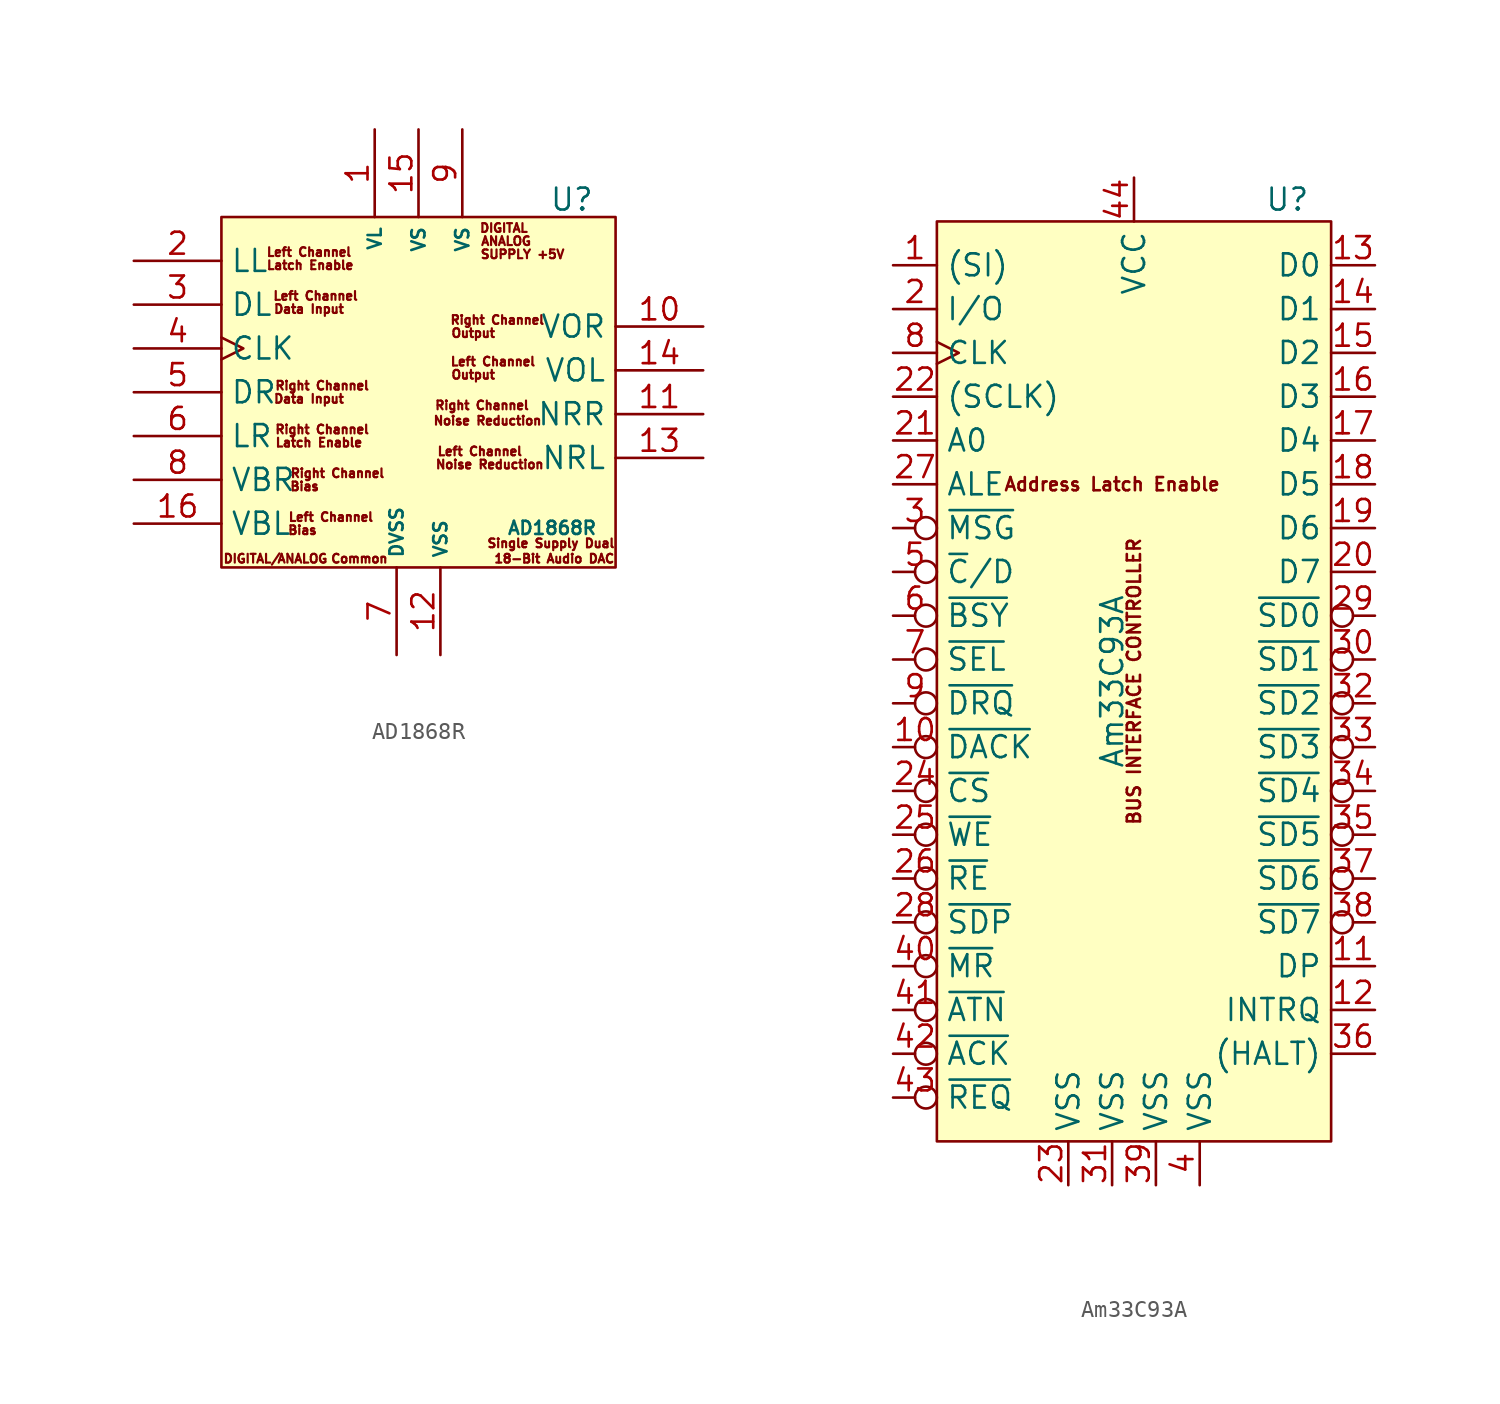
<source format=kicad_sym>
(kicad_symbol_lib
  (version 20231120)
  (generator "kicad_symbol_editor")
  (generator_version "8.0")
  (symbol "AD1868R"
    (property "Reference" "U"
      (at 8.89 11.176 0)
      (effects (font (size 1.27 1.27))))
    (property "Value" "AD1868R"
      (at 7.747 -7.874 0)
      (effects (font (size 0.762 0.762))))
    (symbol "AD1868R_0_0"
      (rectangle (start -11.43 10.16) (end 11.43 -10.16) (stroke (width 0.152) (type default)) (fill (type background)))
      (text " Latch Enable" (at -6.477 7.366 0) (effects (font (size 0.508 0.508))))
      (text " Latch Enable" (at -5.969 -2.921 0) (effects (font (size 0.508 0.508))))
      (text " Noise Reduction" (at 3.81 -1.651 0) (effects (font (size 0.508 0.508))))
      (text " Noise Reduction" (at 3.937 -4.191 0) (effects (font (size 0.508 0.508))))
      (text " SUPPLY +5V" (at 5.842 8.001 0) (effects (font (size 0.508 0.508))))
      (text "18-Bit Audio DAC" (at 7.874 -9.652 0) (effects (font (size 0.508 0.508))))
      (text "ANALOG" (at -6.731 -9.652 0) (effects (font (size 0.508 0.508))))
      (text "ANALOG" (at 5.08 8.763 0) (effects (font (size 0.508 0.508))))
      (text "Bias" (at -6.731 -8.001 0) (effects (font (size 0.508 0.508))))
      (text "Bias" (at -6.604 -5.461 0) (effects (font (size 0.508 0.508))))
      (text "Common" (at -3.429 -9.652 0) (effects (font (size 0.508 0.508))))
      (text "Data Input" (at -6.35 -0.381 0) (effects (font (size 0.508 0.508))))
      (text "Data Input" (at -6.35 4.826 0) (effects (font (size 0.508 0.508))))
      (text "DIGITAL" (at 4.953 9.525 0) (effects (font (size 0.508 0.508))))
      (text "DIGITAL/" (at -9.652 -9.652 0) (effects (font (size 0.508 0.508))))
      (text "Left Channel" (at -6.35 8.128 0) (effects (font (size 0.508 0.508))))
      (text "Left Channel" (at -5.969 5.588 0) (effects (font (size 0.508 0.508))))
      (text "Left Channel" (at -5.08 -7.239 0) (effects (font (size 0.508 0.508))))
      (text "Left Channel" (at 3.556 -3.429 0) (effects (font (size 0.508 0.508))))
      (text "Left Channel" (at 4.318 1.778 0) (effects (font (size 0.508 0.508))))
      (text "Output" (at 3.175 1.016 0) (effects (font (size 0.508 0.508))))
      (text "Output" (at 3.175 3.429 0) (effects (font (size 0.508 0.508))))
      (text "Right Channel" (at -5.588 -2.159 0) (effects (font (size 0.508 0.508))))
      (text "Right Channel" (at -5.588 0.381 0) (effects (font (size 0.508 0.508))))
      (text "Right Channel" (at -4.699 -4.699 0) (effects (font (size 0.508 0.508))))
      (text "Right Channel" (at 3.683 -0.762 0) (effects (font (size 0.508 0.508))))
      (text "Right Channel" (at 4.572 4.191 0) (effects (font (size 0.508 0.508))))
      (text "Single Supply Dual " (at 7.874 -8.763 0) (effects (font (size 0.508 0.508)))))
    (symbol "AD1868R_1_1"
      (pin power_in line (at -2.54 15.24 270) (length 5.08) (name "VL" (effects (font (size 0.762 0.762)))) (number "1" (effects (font (size 1.27 1.27)))))
      (pin output line (at 16.51 3.81 180) (length 5.08) (name "VOR" (effects (font (size 1.27 1.27)))) (number "10" (effects (font (size 1.27 1.27)))))
      (pin passive line (at 16.51 -1.27 180) (length 5.08) (name "NRR" (effects (font (size 1.27 1.27)))) (number "11" (effects (font (size 1.27 1.27)))))
      (pin power_in line (at 1.27 -15.24 90) (length 5.08) (name "VSS" (effects (font (size 0.762 0.762)))) (number "12" (effects (font (size 1.27 1.27)))))
      (pin passive line (at 16.51 -3.81 180) (length 5.08) (name "NRL" (effects (font (size 1.27 1.27)))) (number "13" (effects (font (size 1.27 1.27)))))
      (pin output line (at 16.51 1.27 180) (length 5.08) (name "VOL" (effects (font (size 1.27 1.27)))) (number "14" (effects (font (size 1.27 1.27)))))
      (pin power_in line (at 0 15.24 270) (length 5.08) (name "VS" (effects (font (size 0.762 0.762)))) (number "15" (effects (font (size 1.27 1.27)))))
      (pin input line (at -16.51 -7.62 0) (length 5.08) (name "VBL" (effects (font (size 1.27 1.27)))) (number "16" (effects (font (size 1.27 1.27)))))
      (pin input line (at -16.51 7.62 0) (length 5.08) (name "LL" (effects (font (size 1.27 1.27)))) (number "2" (effects (font (size 1.27 1.27)))))
      (pin input line (at -16.51 5.08 0) (length 5.08) (name "DL" (effects (font (size 1.27 1.27)))) (number "3" (effects (font (size 1.27 1.27)))))
      (pin input clock (at -16.51 2.54 0) (length 5.08) (name "CLK" (effects (font (size 1.27 1.27)))) (number "4" (effects (font (size 1.27 1.27)))))
      (pin input line (at -16.51 0 0) (length 5.08) (name "DR" (effects (font (size 1.27 1.27)))) (number "5" (effects (font (size 1.27 1.27)))))
      (pin input line (at -16.51 -2.54 0) (length 5.08) (name "LR" (effects (font (size 1.27 1.27)))) (number "6" (effects (font (size 1.27 1.27)))))
      (pin power_in line (at -1.27 -15.24 90) (length 5.08) (name "DVSS" (effects (font (size 0.762 0.762)))) (number "7" (effects (font (size 1.27 1.27)))))
      (pin input line (at -16.51 -5.08 0) (length 5.08) (name "VBR" (effects (font (size 1.27 1.27)))) (number "8" (effects (font (size 1.27 1.27)))))
      (pin power_in line (at 2.54 15.24 270) (length 5.08) (name "VS" (effects (font (size 0.762 0.762)))) (number "9" (effects (font (size 1.27 1.27)))))))
  (symbol "Am33C93A"
    (property "Reference" "U"
      (at 8.89 27.94 0)
      (effects (font (size 1.27 1.27))))
    (property "Value" "Am33C93A"
      (at -1.27 0 90)
      (effects (font (size 1.27 1.27))))
    (symbol "Am33C93A_0_0"
      (rectangle (start -11.43 26.67) (end 11.43 -26.67) (stroke (width 0.152) (type default)) (fill (type background)))
      (text "Address Latch Enable" (at -1.27 11.43 0) (effects (font (size 0.762 0.762))))
      (text "BUS INTERFACE CONTROLLER" (at 0 0 900) (effects (font (size 0.762 0.762)))))
    (symbol "Am33C93A_1_1"
      (pin bidirectional line (at -13.97 24.13 0) (length 2.54) (name "(SI)" (effects (font (size 1.27 1.27)))) (number "1" (effects (font (size 1.27 1.27)))))
      (pin bidirectional inverted (at -13.97 -3.81 0) (length 2.54) (name "~{DACK}" (effects (font (size 1.27 1.27)))) (number "10" (effects (font (size 1.27 1.27)))))
      (pin bidirectional line (at 13.97 -16.51 180) (length 2.54) (name "DP" (effects (font (size 1.27 1.27)))) (number "11" (effects (font (size 1.27 1.27)))))
      (pin output line (at 13.97 -19.05 180) (length 2.54) (name "INTRQ" (effects (font (size 1.27 1.27)))) (number "12" (effects (font (size 1.27 1.27)))))
      (pin bidirectional line (at 13.97 24.13 180) (length 2.54) (name "D0" (effects (font (size 1.27 1.27)))) (number "13" (effects (font (size 1.27 1.27)))))
      (pin bidirectional line (at 13.97 21.59 180) (length 2.54) (name "D1" (effects (font (size 1.27 1.27)))) (number "14" (effects (font (size 1.27 1.27)))))
      (pin bidirectional line (at 13.97 19.05 180) (length 2.54) (name "D2" (effects (font (size 1.27 1.27)))) (number "15" (effects (font (size 1.27 1.27)))))
      (pin bidirectional line (at 13.97 16.51 180) (length 2.54) (name "D3" (effects (font (size 1.27 1.27)))) (number "16" (effects (font (size 1.27 1.27)))))
      (pin bidirectional line (at 13.97 13.97 180) (length 2.54) (name "D4" (effects (font (size 1.27 1.27)))) (number "17" (effects (font (size 1.27 1.27)))))
      (pin bidirectional line (at 13.97 11.43 180) (length 2.54) (name "D5" (effects (font (size 1.27 1.27)))) (number "18" (effects (font (size 1.27 1.27)))))
      (pin bidirectional line (at 13.97 8.89 180) (length 2.54) (name "D6" (effects (font (size 1.27 1.27)))) (number "19" (effects (font (size 1.27 1.27)))))
      (pin bidirectional line (at -13.97 21.59 0) (length 2.54) (name "I/O" (effects (font (size 1.27 1.27)))) (number "2" (effects (font (size 1.27 1.27)))))
      (pin bidirectional line (at 13.97 6.35 180) (length 2.54) (name "D7" (effects (font (size 1.27 1.27)))) (number "20" (effects (font (size 1.27 1.27)))))
      (pin input line (at -13.97 13.97 0) (length 2.54) (name "A0" (effects (font (size 1.27 1.27)))) (number "21" (effects (font (size 1.27 1.27)))))
      (pin bidirectional line (at -13.97 16.51 0) (length 2.54) (name "(SCLK)" (effects (font (size 1.27 1.27)))) (number "22" (effects (font (size 1.27 1.27)))))
      (pin power_in line (at -3.81 -29.21 90) (length 2.54) (name "VSS" (effects (font (size 1.27 1.27)))) (number "23" (effects (font (size 1.27 1.27)))))
      (pin input inverted (at -13.97 -6.35 0) (length 2.54) (name "~{CS}" (effects (font (size 1.27 1.27)))) (number "24" (effects (font (size 1.27 1.27)))))
      (pin bidirectional inverted (at -13.97 -8.89 0) (length 2.54) (name "~{WE}" (effects (font (size 1.27 1.27)))) (number "25" (effects (font (size 1.27 1.27)))))
      (pin bidirectional inverted (at -13.97 -11.43 0) (length 2.54) (name "~{RE}" (effects (font (size 1.27 1.27)))) (number "26" (effects (font (size 1.27 1.27)))))
      (pin input line (at -13.97 11.43 0) (length 2.54) (name "ALE" (effects (font (size 1.27 1.27)))) (number "27" (effects (font (size 1.27 1.27)))))
      (pin bidirectional inverted (at -13.97 -13.97 0) (length 2.54) (name "~{SDP}" (effects (font (size 1.27 1.27)))) (number "28" (effects (font (size 1.27 1.27)))))
      (pin bidirectional inverted (at 13.97 3.81 180) (length 2.54) (name "~{SD0}" (effects (font (size 1.27 1.27)))) (number "29" (effects (font (size 1.27 1.27)))))
      (pin bidirectional inverted (at -13.97 8.89 0) (length 2.54) (name "~{MSG}" (effects (font (size 1.27 1.27)))) (number "3" (effects (font (size 1.27 1.27)))))
      (pin bidirectional inverted (at 13.97 1.27 180) (length 2.54) (name "~{SD1}" (effects (font (size 1.27 1.27)))) (number "30" (effects (font (size 1.27 1.27)))))
      (pin power_in line (at -1.27 -29.21 90) (length 2.54) (name "VSS" (effects (font (size 1.27 1.27)))) (number "31" (effects (font (size 1.27 1.27)))))
      (pin bidirectional inverted (at 13.97 -1.27 180) (length 2.54) (name "~{SD2}" (effects (font (size 1.27 1.27)))) (number "32" (effects (font (size 1.27 1.27)))))
      (pin bidirectional inverted (at 13.97 -3.81 180) (length 2.54) (name "~{SD3}" (effects (font (size 1.27 1.27)))) (number "33" (effects (font (size 1.27 1.27)))))
      (pin bidirectional inverted (at 13.97 -6.35 180) (length 2.54) (name "~{SD4}" (effects (font (size 1.27 1.27)))) (number "34" (effects (font (size 1.27 1.27)))))
      (pin bidirectional inverted (at 13.97 -8.89 180) (length 2.54) (name "~{SD5}" (effects (font (size 1.27 1.27)))) (number "35" (effects (font (size 1.27 1.27)))))
      (pin bidirectional line (at 13.97 -21.59 180) (length 2.54) (name "(HALT)" (effects (font (size 1.27 1.27)))) (number "36" (effects (font (size 1.27 1.27)))))
      (pin bidirectional inverted (at 13.97 -11.43 180) (length 2.54) (name "~{SD6}" (effects (font (size 1.27 1.27)))) (number "37" (effects (font (size 1.27 1.27)))))
      (pin bidirectional inverted (at 13.97 -13.97 180) (length 2.54) (name "~{SD7}" (effects (font (size 1.27 1.27)))) (number "38" (effects (font (size 1.27 1.27)))))
      (pin power_in line (at 1.27 -29.21 90) (length 2.54) (name "VSS" (effects (font (size 1.27 1.27)))) (number "39" (effects (font (size 1.27 1.27)))))
      (pin power_in line (at 3.81 -29.21 90) (length 2.54) (name "VSS" (effects (font (size 1.27 1.27)))) (number "4" (effects (font (size 1.27 1.27)))))
      (pin input inverted (at -13.97 -16.51 0) (length 2.54) (name "~{MR}" (effects (font (size 1.27 1.27)))) (number "40" (effects (font (size 1.27 1.27)))))
      (pin bidirectional inverted (at -13.97 -19.05 0) (length 2.54) (name "~{ATN}" (effects (font (size 1.27 1.27)))) (number "41" (effects (font (size 1.27 1.27)))))
      (pin bidirectional inverted (at -13.97 -21.59 0) (length 2.54) (name "~{ACK}" (effects (font (size 1.27 1.27)))) (number "42" (effects (font (size 1.27 1.27)))))
      (pin bidirectional inverted (at -13.97 -24.13 0) (length 2.54) (name "~{REQ}" (effects (font (size 1.27 1.27)))) (number "43" (effects (font (size 1.27 1.27)))))
      (pin power_in line (at 0 29.21 270) (length 2.54) (name "VCC" (effects (font (size 1.27 1.27)))) (number "44" (effects (font (size 1.27 1.27)))))
      (pin bidirectional inverted (at -13.97 6.35 0) (length 2.54) (name "~{C}/D" (effects (font (size 1.27 1.27)))) (number "5" (effects (font (size 1.27 1.27)))))
      (pin bidirectional inverted (at -13.97 3.81 0) (length 2.54) (name "~{BSY}" (effects (font (size 1.27 1.27)))) (number "6" (effects (font (size 1.27 1.27)))))
      (pin bidirectional inverted (at -13.97 1.27 0) (length 2.54) (name "~{SEL}" (effects (font (size 1.27 1.27)))) (number "7" (effects (font (size 1.27 1.27)))))
      (pin input clock (at -13.97 19.05 0) (length 2.54) (name "CLK" (effects (font (size 1.27 1.27)))) (number "8" (effects (font (size 1.27 1.27)))))
      (pin bidirectional inverted (at -13.97 -1.27 0) (length 2.54) (name "~{DRQ}" (effects (font (size 1.27 1.27)))) (number "9" (effects (font (size 1.27 1.27))))))))
</source>
